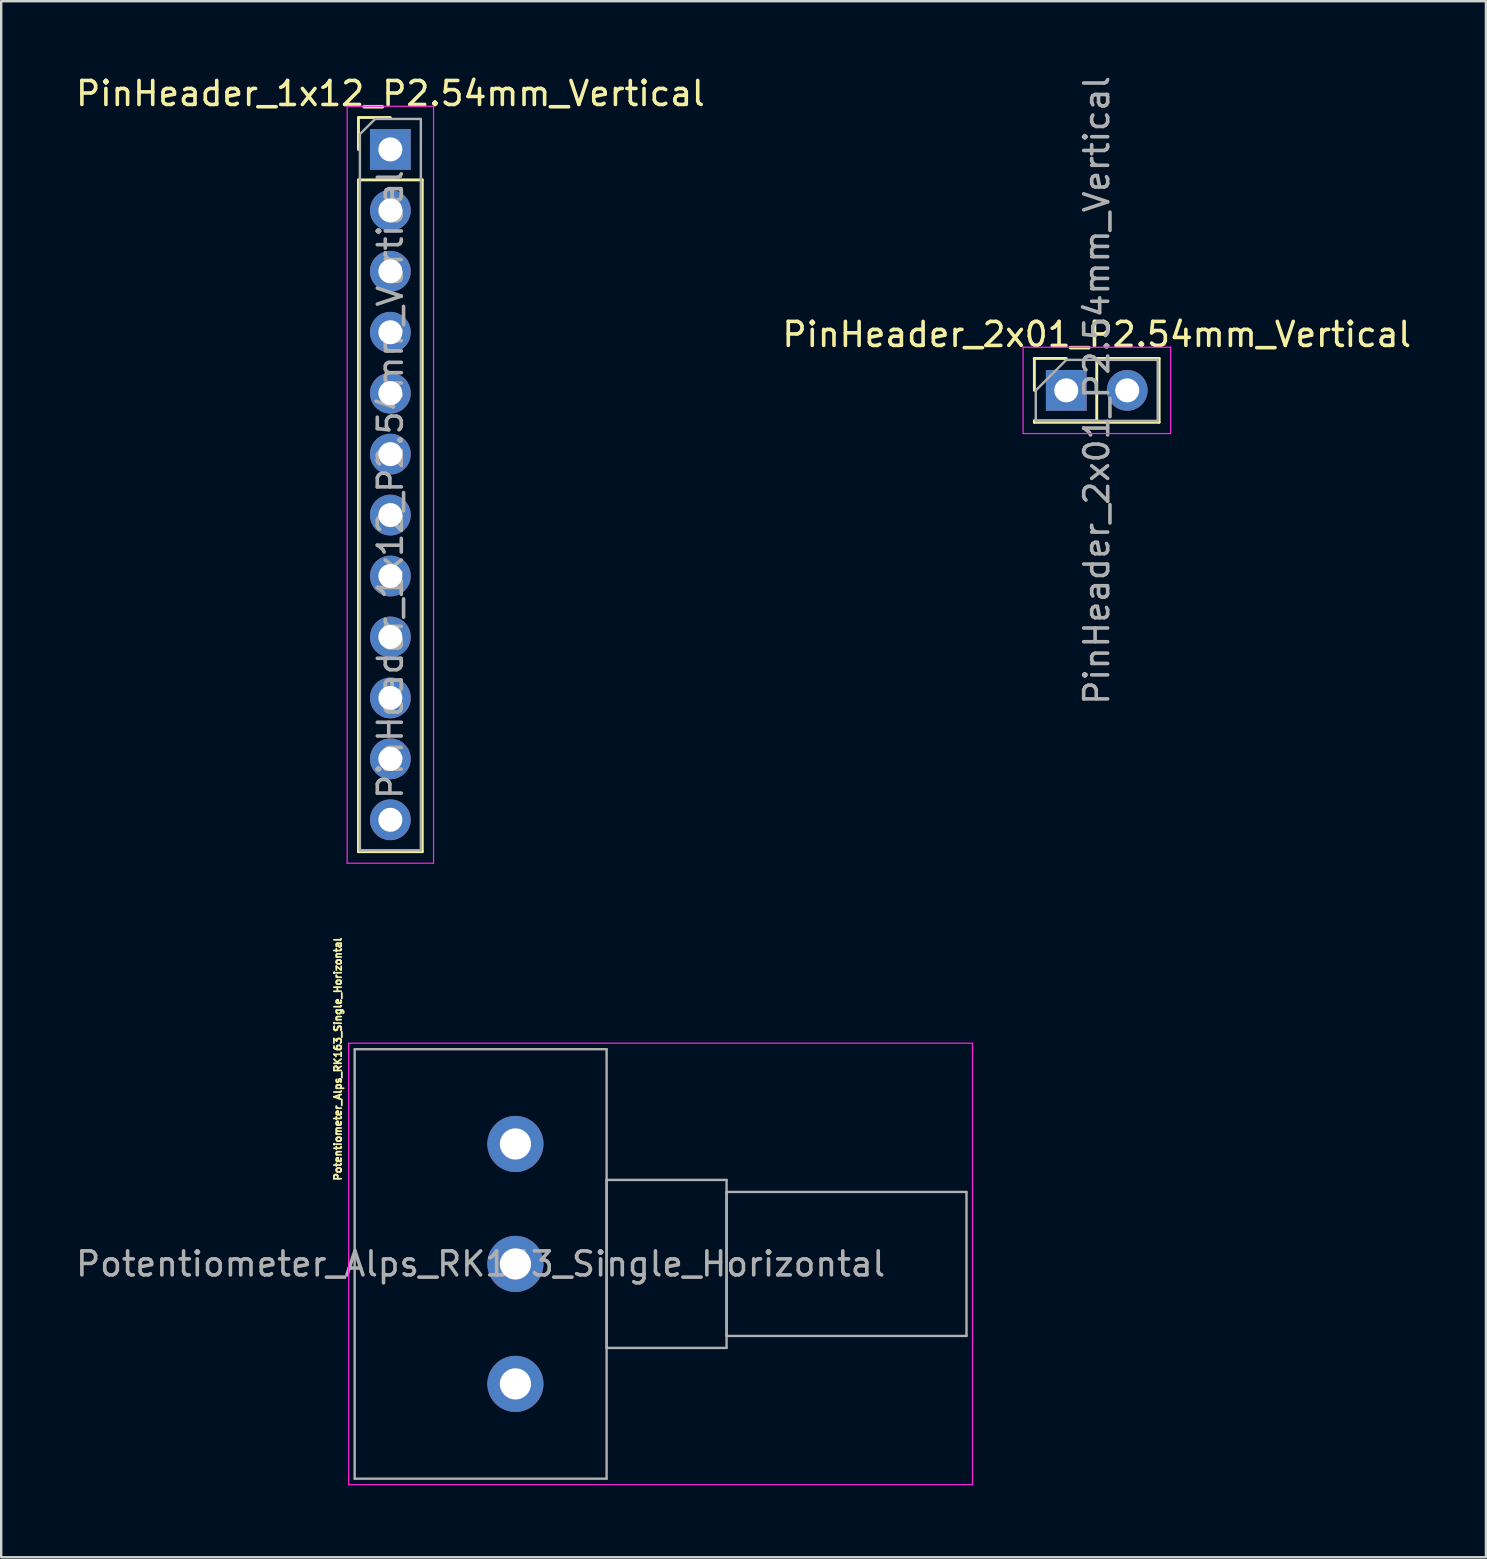
<source format=kicad_pcb>
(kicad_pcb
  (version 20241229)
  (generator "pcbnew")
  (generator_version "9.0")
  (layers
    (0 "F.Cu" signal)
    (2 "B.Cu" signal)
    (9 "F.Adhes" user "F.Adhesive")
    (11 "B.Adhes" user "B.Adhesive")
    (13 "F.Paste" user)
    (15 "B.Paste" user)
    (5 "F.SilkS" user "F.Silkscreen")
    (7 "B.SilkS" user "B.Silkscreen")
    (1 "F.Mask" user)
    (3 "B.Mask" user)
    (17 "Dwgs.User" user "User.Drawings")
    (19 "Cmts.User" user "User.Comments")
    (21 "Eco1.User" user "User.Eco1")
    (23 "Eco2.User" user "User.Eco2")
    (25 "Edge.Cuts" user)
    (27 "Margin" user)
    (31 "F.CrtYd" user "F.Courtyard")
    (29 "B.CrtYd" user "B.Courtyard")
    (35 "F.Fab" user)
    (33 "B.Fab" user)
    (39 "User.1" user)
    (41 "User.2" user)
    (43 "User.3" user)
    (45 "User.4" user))
  (footprint "PinHeader_1x12_P2.54mm_Vertical"
    (layer "F.Cu")
    (at 13.22 3.178)
    (property "Reference" "PinHeader_1x12_P2.54mm_Vertical" (at 0 -2.33 0) (layer "F.SilkS") (effects (font (size 1 1) (thickness 0.15))))
    (attr through_hole)
    (fp_line (start -1.33 -1.33) (end 0 -1.33) (stroke (width 0.12) (type solid)) (layer "F.SilkS"))
    (fp_line (start -1.33 0) (end -1.33 -1.33) (stroke (width 0.12) (type solid)) (layer "F.SilkS"))
    (fp_line (start -1.33 1.27) (end -1.33 29.27) (stroke (width 0.12) (type solid)) (layer "F.SilkS"))
    (fp_line (start -1.33 1.27) (end 1.33 1.27) (stroke (width 0.12) (type solid)) (layer "F.SilkS"))
    (fp_line (start -1.33 29.27) (end 1.33 29.27) (stroke (width 0.12) (type solid)) (layer "F.SilkS"))
    (fp_line (start 1.33 1.27) (end 1.33 29.27) (stroke (width 0.12) (type solid)) (layer "F.SilkS"))
    (fp_line (start -1.8 -1.8) (end -1.8 29.75) (stroke (width 0.05) (type solid)) (layer "F.CrtYd"))
    (fp_line (start -1.8 29.75) (end 1.8 29.75) (stroke (width 0.05) (type solid)) (layer "F.CrtYd"))
    (fp_line (start 1.8 -1.8) (end -1.8 -1.8) (stroke (width 0.05) (type solid)) (layer "F.CrtYd"))
    (fp_line (start 1.8 29.75) (end 1.8 -1.8) (stroke (width 0.05) (type solid)) (layer "F.CrtYd"))
    (fp_line (start -1.27 -0.635) (end -0.635 -1.27) (stroke (width 0.1) (type solid)) (layer "F.Fab"))
    (fp_line (start -1.27 29.21) (end -1.27 -0.635) (stroke (width 0.1) (type solid)) (layer "F.Fab"))
    (fp_line (start -0.635 -1.27) (end 1.27 -1.27) (stroke (width 0.1) (type solid)) (layer "F.Fab"))
    (fp_line (start 1.27 -1.27) (end 1.27 29.21) (stroke (width 0.1) (type solid)) (layer "F.Fab"))
    (fp_line (start 1.27 29.21) (end -1.27 29.21) (stroke (width 0.1) (type solid)) (layer "F.Fab"))
    (fp_text user "${REFERENCE}" (at 0 13.97 90) (layer "F.Fab") (effects (font (size 1 1) (thickness 0.15))))
    (pad "1" thru_hole rect (at 0 0) (size 1.7 1.7) (drill 1) (layers "*.Cu" "*.Mask"))
    (pad "2" thru_hole oval (at 0 2.54) (size 1.7 1.7) (drill 1) (layers "*.Cu" "*.Mask"))
    (pad "3" thru_hole oval (at 0 5.08) (size 1.7 1.7) (drill 1) (layers "*.Cu" "*.Mask"))
    (pad "4" thru_hole oval (at 0 7.62) (size 1.7 1.7) (drill 1) (layers "*.Cu" "*.Mask"))
    (pad "5" thru_hole oval (at 0 10.16) (size 1.7 1.7) (drill 1) (layers "*.Cu" "*.Mask"))
    (pad "6" thru_hole oval (at 0 12.7) (size 1.7 1.7) (drill 1) (layers "*.Cu" "*.Mask"))
    (pad "7" thru_hole oval (at 0 15.24) (size 1.7 1.7) (drill 1) (layers "*.Cu" "*.Mask"))
    (pad "8" thru_hole oval (at 0 17.78) (size 1.7 1.7) (drill 1) (layers "*.Cu" "*.Mask"))
    (pad "9" thru_hole oval (at 0 20.32) (size 1.7 1.7) (drill 1) (layers "*.Cu" "*.Mask"))
    (pad "10" thru_hole oval (at 0 22.86) (size 1.7 1.7) (drill 1) (layers "*.Cu" "*.Mask"))
    (pad "11" thru_hole oval (at 0 25.4) (size 1.7 1.7) (drill 1) (layers "*.Cu" "*.Mask"))
    (pad "12" thru_hole oval (at 0 27.94) (size 1.7 1.7) (drill 1) (layers "*.Cu" "*.Mask")))
  (footprint "PinHeader_2x01_P2.54mm_Vertical"
    (layer "F.Cu")
    (at 41.391 13.22)
    (property "Reference" "PinHeader_2x01_P2.54mm_Vertical" (at 1.27 -2.33 0) (layer "F.SilkS") (effects (font (size 1 1) (thickness 0.15))))
    (attr through_hole)
    (fp_line (start -1.33 -1.33) (end 0 -1.33) (stroke (width 0.12) (type solid)) (layer "F.SilkS"))
    (fp_line (start -1.33 0) (end -1.33 -1.33) (stroke (width 0.12) (type solid)) (layer "F.SilkS"))
    (fp_line (start -1.33 1.27) (end -1.33 1.33) (stroke (width 0.12) (type solid)) (layer "F.SilkS"))
    (fp_line (start -1.33 1.27) (end 1.27 1.27) (stroke (width 0.12) (type solid)) (layer "F.SilkS"))
    (fp_line (start -1.33 1.33) (end 3.87 1.33) (stroke (width 0.12) (type solid)) (layer "F.SilkS"))
    (fp_line (start 1.27 -1.33) (end 3.87 -1.33) (stroke (width 0.12) (type solid)) (layer "F.SilkS"))
    (fp_line (start 1.27 1.27) (end 1.27 -1.33) (stroke (width 0.12) (type solid)) (layer "F.SilkS"))
    (fp_line (start 3.87 -1.33) (end 3.87 1.33) (stroke (width 0.12) (type solid)) (layer "F.SilkS"))
    (fp_line (start -1.8 -1.8) (end -1.8 1.8) (stroke (width 0.05) (type solid)) (layer "F.CrtYd"))
    (fp_line (start -1.8 1.8) (end 4.35 1.8) (stroke (width 0.05) (type solid)) (layer "F.CrtYd"))
    (fp_line (start 4.35 -1.8) (end -1.8 -1.8) (stroke (width 0.05) (type solid)) (layer "F.CrtYd"))
    (fp_line (start 4.35 1.8) (end 4.35 -1.8) (stroke (width 0.05) (type solid)) (layer "F.CrtYd"))
    (fp_line (start -1.27 0) (end 0 -1.27) (stroke (width 0.1) (type solid)) (layer "F.Fab"))
    (fp_line (start -1.27 1.27) (end -1.27 0) (stroke (width 0.1) (type solid)) (layer "F.Fab"))
    (fp_line (start 0 -1.27) (end 3.81 -1.27) (stroke (width 0.1) (type solid)) (layer "F.Fab"))
    (fp_line (start 3.81 -1.27) (end 3.81 1.27) (stroke (width 0.1) (type solid)) (layer "F.Fab"))
    (fp_line (start 3.81 1.27) (end -1.27 1.27) (stroke (width 0.1) (type solid)) (layer "F.Fab"))
    (fp_text user "${REFERENCE}" (at 1.27 0 90) (layer "F.Fab") (effects (font (size 1 1) (thickness 0.15))))
    (pad "1" thru_hole rect (at 0 0) (size 1.7 1.7) (drill 1) (layers "*.Cu" "*.Mask"))
    (pad "2" thru_hole oval (at 2.54 0) (size 1.7 1.7) (drill 1) (layers "*.Cu" "*.Mask")))
  (footprint "Potentiometer_Alps_RK163_Single_Horizontal"
    (layer "F.Cu")
    (at 18.432 54.629)
    (property "Reference" "Potentiometer_Alps_RK163_Single_Horizontal" (at -7.399 -13.536 90) (layer "F.SilkS") (effects (font (size 0.3 0.3) (thickness 0.075))))
    (attr through_hole)
    (fp_line (start -6.95 -14.2) (end -6.95 4.2) (stroke (width 0.05) (type solid)) (layer "F.CrtYd"))
    (fp_line (start -6.95 4.2) (end 19.05 4.2) (stroke (width 0.05) (type solid)) (layer "F.CrtYd"))
    (fp_line (start 19.05 -14.2) (end -6.95 -14.2) (stroke (width 0.05) (type solid)) (layer "F.CrtYd"))
    (fp_line (start 19.05 4.2) (end 19.05 -14.2) (stroke (width 0.05) (type solid)) (layer "F.CrtYd"))
    (fp_line (start -6.7 -13.95) (end -6.7 3.95) (stroke (width 0.1) (type solid)) (layer "F.Fab"))
    (fp_line (start -6.7 3.95) (end 3.8 3.95) (stroke (width 0.1) (type solid)) (layer "F.Fab"))
    (fp_line (start 3.8 -13.95) (end -6.7 -13.95) (stroke (width 0.1) (type solid)) (layer "F.Fab"))
    (fp_line (start 3.8 -8.5) (end 3.8 -1.5) (stroke (width 0.1) (type solid)) (layer "F.Fab"))
    (fp_line (start 3.8 -1.5) (end 8.8 -1.5) (stroke (width 0.1) (type solid)) (layer "F.Fab"))
    (fp_line (start 3.8 3.95) (end 3.8 -13.95) (stroke (width 0.1) (type solid)) (layer "F.Fab"))
    (fp_line (start 8.8 -8.5) (end 3.8 -8.5) (stroke (width 0.1) (type solid)) (layer "F.Fab"))
    (fp_line (start 8.8 -8) (end 8.8 -2) (stroke (width 0.1) (type solid)) (layer "F.Fab"))
    (fp_line (start 8.8 -2) (end 18.8 -2) (stroke (width 0.1) (type solid)) (layer "F.Fab"))
    (fp_line (start 8.8 -1.5) (end 8.8 -8.5) (stroke (width 0.1) (type solid)) (layer "F.Fab"))
    (fp_line (start 18.8 -8) (end 8.8 -8) (stroke (width 0.1) (type solid)) (layer "F.Fab"))
    (fp_line (start 18.8 -2) (end 18.8 -8) (stroke (width 0.1) (type solid)) (layer "F.Fab"))
    (fp_text user "${REFERENCE}" (at -1.45 -5 0) (layer "F.Fab") (effects (font (size 1 1) (thickness 0.15))))
    (pad "1" thru_hole circle (at 0 0) (size 2.34 2.34) (drill 1.3) (layers "*.Cu" "*.Mask"))
    (pad "2" thru_hole circle (at 0 -5) (size 2.34 2.34) (drill 1.3) (layers "*.Cu" "*.Mask"))
    (pad "3" thru_hole circle (at 0 -10) (size 2.34 2.34) (drill 1.3) (layers "*.Cu" "*.Mask")))
  (gr_rect
    (start -3 -3)
    (end 58.881 61.854)
    (stroke (width 0.1) (type default))
    (fill no)
    (layer "Edge.Cuts")))
</source>
